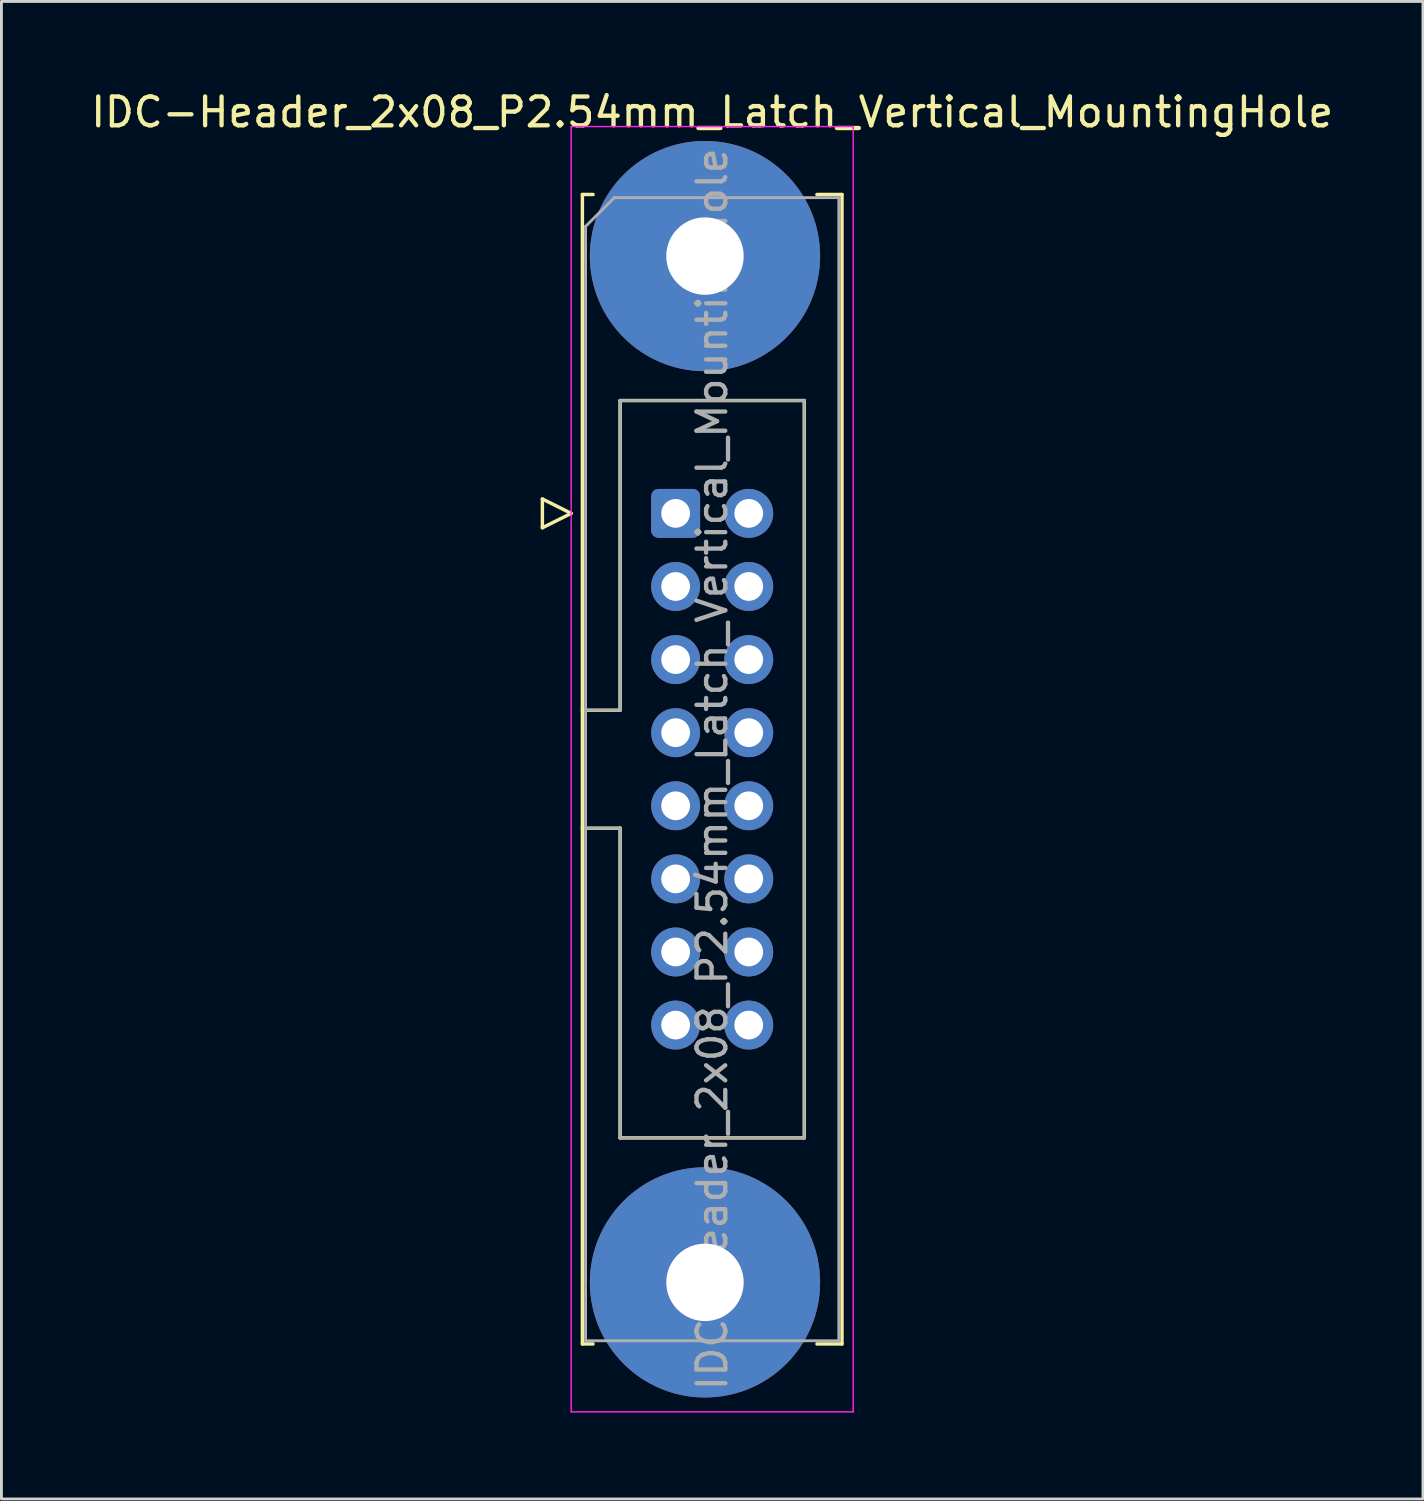
<source format=kicad_pcb>
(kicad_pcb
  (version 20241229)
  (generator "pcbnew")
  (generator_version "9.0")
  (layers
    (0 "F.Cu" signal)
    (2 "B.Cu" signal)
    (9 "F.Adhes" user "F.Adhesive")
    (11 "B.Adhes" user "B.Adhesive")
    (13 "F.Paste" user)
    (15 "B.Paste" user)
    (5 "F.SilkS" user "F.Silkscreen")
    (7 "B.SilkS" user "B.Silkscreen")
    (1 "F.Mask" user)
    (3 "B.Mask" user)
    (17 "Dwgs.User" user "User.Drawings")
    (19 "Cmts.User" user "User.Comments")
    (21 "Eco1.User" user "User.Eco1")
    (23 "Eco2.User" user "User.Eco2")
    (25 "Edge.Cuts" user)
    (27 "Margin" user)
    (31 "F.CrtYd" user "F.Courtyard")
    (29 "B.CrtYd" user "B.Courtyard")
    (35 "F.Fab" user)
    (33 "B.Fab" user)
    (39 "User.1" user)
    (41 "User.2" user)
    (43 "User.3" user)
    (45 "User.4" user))
  (footprint "IDC-Header_2x08_P2.54mm_Latch_Vertical_MountingHole"
    (layer "F.Cu")
    (at 20.426 14.788)
    (property "Reference" "IDC-Header_2x08_P2.54mm_Latch_Vertical_MountingHole" (at 1.27 -13.94 0) (layer "F.SilkS") (effects (font (size 1 1) (thickness 0.15))))
    (attr through_hole)
    (fp_line (start -4.63 -0.5) (end -4.63 0.5) (stroke (width 0.12) (type solid)) (layer "F.SilkS"))
    (fp_line (start -4.63 0.5) (end -3.63 0) (stroke (width 0.12) (type solid)) (layer "F.SilkS"))
    (fp_line (start -3.63 0) (end -4.63 -0.5) (stroke (width 0.12) (type solid)) (layer "F.SilkS"))
    (fp_line (start -3.24 -11.08) (end -3.24 28.86) (stroke (width 0.12) (type solid)) (layer "F.SilkS"))
    (fp_line (start -3.24 6.84) (end -1.93 6.84) (stroke (width 0.12) (type solid)) (layer "F.SilkS"))
    (fp_line (start -3.24 28.86) (end -2.87 28.86) (stroke (width 0.12) (type solid)) (layer "F.SilkS"))
    (fp_line (start -2.87 -11.08) (end -3.24 -11.08) (stroke (width 0.12) (type solid)) (layer "F.SilkS"))
    (fp_line (start -1.93 -3.92) (end 4.47 -3.92) (stroke (width 0.12) (type solid)) (layer "F.SilkS"))
    (fp_line (start -1.93 6.84) (end -1.93 -3.92) (stroke (width 0.12) (type solid)) (layer "F.SilkS"))
    (fp_line (start -1.93 10.94) (end -3.24 10.94) (stroke (width 0.12) (type solid)) (layer "F.SilkS"))
    (fp_line (start -1.93 10.94) (end -1.93 10.94) (stroke (width 0.12) (type solid)) (layer "F.SilkS"))
    (fp_line (start -1.93 21.7) (end -1.93 10.94) (stroke (width 0.12) (type solid)) (layer "F.SilkS"))
    (fp_line (start 4.47 -3.92) (end 4.47 21.7) (stroke (width 0.12) (type solid)) (layer "F.SilkS"))
    (fp_line (start 4.47 21.7) (end -1.93 21.7) (stroke (width 0.12) (type solid)) (layer "F.SilkS"))
    (fp_line (start 4.91 -11.08) (end 5.78 -11.08) (stroke (width 0.12) (type solid)) (layer "F.SilkS"))
    (fp_line (start 5.78 -11.08) (end 5.78 28.86) (stroke (width 0.12) (type solid)) (layer "F.SilkS"))
    (fp_line (start 5.78 28.86) (end 4.91 28.86) (stroke (width 0.12) (type solid)) (layer "F.SilkS"))
    (fp_line (start -3.63 -13.44) (end -3.63 31.22) (stroke (width 0.05) (type solid)) (layer "F.CrtYd"))
    (fp_line (start -3.63 31.22) (end 6.17 31.22) (stroke (width 0.05) (type solid)) (layer "F.CrtYd"))
    (fp_line (start 6.17 -13.44) (end -3.63 -13.44) (stroke (width 0.05) (type solid)) (layer "F.CrtYd"))
    (fp_line (start 6.17 31.22) (end 6.17 -13.44) (stroke (width 0.05) (type solid)) (layer "F.CrtYd"))
    (fp_line (start -3.13 -9.97) (end -2.13 -10.97) (stroke (width 0.1) (type solid)) (layer "F.Fab"))
    (fp_line (start -3.13 6.84) (end -1.93 6.84) (stroke (width 0.1) (type solid)) (layer "F.Fab"))
    (fp_line (start -3.13 28.75) (end -3.13 -9.97) (stroke (width 0.1) (type solid)) (layer "F.Fab"))
    (fp_line (start -2.13 -10.97) (end 5.67 -10.97) (stroke (width 0.1) (type solid)) (layer "F.Fab"))
    (fp_line (start -1.93 -3.92) (end 4.47 -3.92) (stroke (width 0.1) (type solid)) (layer "F.Fab"))
    (fp_line (start -1.93 6.84) (end -1.93 -3.92) (stroke (width 0.1) (type solid)) (layer "F.Fab"))
    (fp_line (start -1.93 10.94) (end -3.13 10.94) (stroke (width 0.1) (type solid)) (layer "F.Fab"))
    (fp_line (start -1.93 10.94) (end -1.93 10.94) (stroke (width 0.1) (type solid)) (layer "F.Fab"))
    (fp_line (start -1.93 21.7) (end -1.93 10.94) (stroke (width 0.1) (type solid)) (layer "F.Fab"))
    (fp_line (start 4.47 -3.92) (end 4.47 21.7) (stroke (width 0.1) (type solid)) (layer "F.Fab"))
    (fp_line (start 4.47 21.7) (end -1.93 21.7) (stroke (width 0.1) (type solid)) (layer "F.Fab"))
    (fp_line (start 5.67 -10.97) (end 5.67 28.75) (stroke (width 0.1) (type solid)) (layer "F.Fab"))
    (fp_line (start 5.67 28.75) (end -3.13 28.75) (stroke (width 0.1) (type solid)) (layer "F.Fab"))
    (fp_text user "${REFERENCE}" (at 1.27 8.89 90) (layer "F.Fab") (effects (font (size 1 1) (thickness 0.15))))
    (pad "" thru_hole circle (at 1.02 -8.94) (size 8 8) (drill 2.69) (layers "*.Cu" "*.Mask"))
    (pad "" thru_hole circle (at 1.02 26.72) (size 8 8) (drill 2.69) (layers "*.Cu" "*.Mask"))
    (pad "1" thru_hole roundrect (at 0 0) (size 1.7 1.7) (drill 1) (layers "*.Cu" "*.Mask") (roundrect_rratio 0.147))
    (pad "2" thru_hole circle (at 2.54 0) (size 1.7 1.7) (drill 1) (layers "*.Cu" "*.Mask"))
    (pad "3" thru_hole circle (at 0 2.54) (size 1.7 1.7) (drill 1) (layers "*.Cu" "*.Mask"))
    (pad "4" thru_hole circle (at 2.54 2.54) (size 1.7 1.7) (drill 1) (layers "*.Cu" "*.Mask"))
    (pad "5" thru_hole circle (at 0 5.08) (size 1.7 1.7) (drill 1) (layers "*.Cu" "*.Mask"))
    (pad "6" thru_hole circle (at 2.54 5.08) (size 1.7 1.7) (drill 1) (layers "*.Cu" "*.Mask"))
    (pad "7" thru_hole circle (at 0 7.62) (size 1.7 1.7) (drill 1) (layers "*.Cu" "*.Mask"))
    (pad "8" thru_hole circle (at 2.54 7.62) (size 1.7 1.7) (drill 1) (layers "*.Cu" "*.Mask"))
    (pad "9" thru_hole circle (at 0 10.16) (size 1.7 1.7) (drill 1) (layers "*.Cu" "*.Mask"))
    (pad "10" thru_hole circle (at 2.54 10.16) (size 1.7 1.7) (drill 1) (layers "*.Cu" "*.Mask"))
    (pad "11" thru_hole circle (at 0 12.7) (size 1.7 1.7) (drill 1) (layers "*.Cu" "*.Mask"))
    (pad "12" thru_hole circle (at 2.54 12.7) (size 1.7 1.7) (drill 1) (layers "*.Cu" "*.Mask"))
    (pad "13" thru_hole circle (at 0 15.24) (size 1.7 1.7) (drill 1) (layers "*.Cu" "*.Mask"))
    (pad "14" thru_hole circle (at 2.54 15.24) (size 1.7 1.7) (drill 1) (layers "*.Cu" "*.Mask"))
    (pad "15" thru_hole circle (at 0 17.78) (size 1.7 1.7) (drill 1) (layers "*.Cu" "*.Mask"))
    (pad "16" thru_hole circle (at 2.54 17.78) (size 1.7 1.7) (drill 1) (layers "*.Cu" "*.Mask")))
  (gr_rect
    (start -3 -3)
    (end 46.393 49.033)
    (stroke (width 0.1) (type default))
    (fill no)
    (layer "Edge.Cuts")))
</source>
